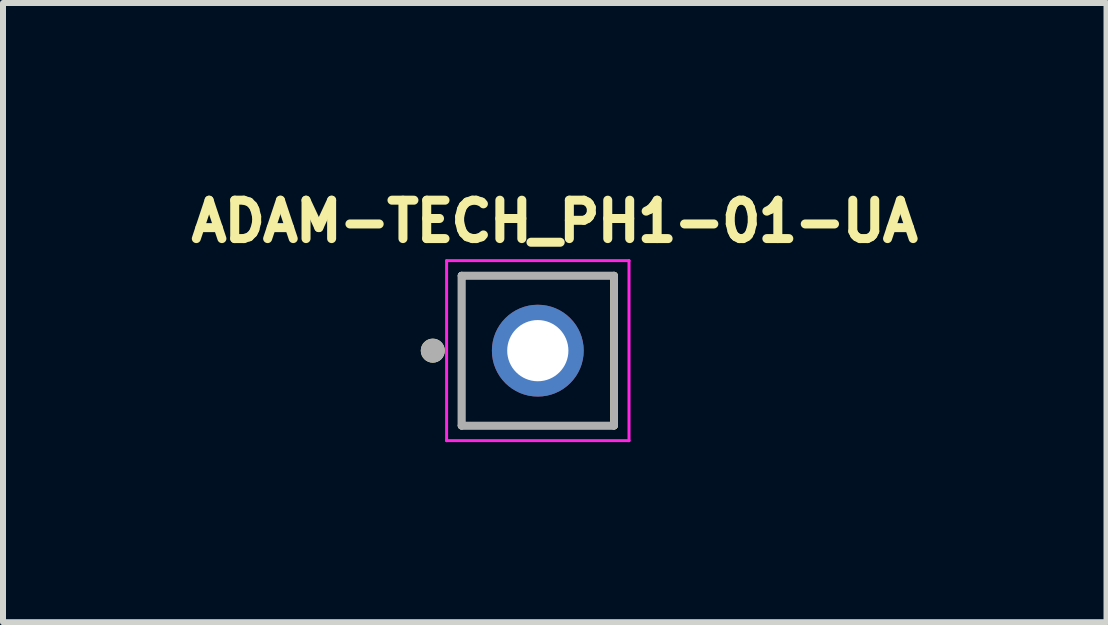
<source format=kicad_pcb>
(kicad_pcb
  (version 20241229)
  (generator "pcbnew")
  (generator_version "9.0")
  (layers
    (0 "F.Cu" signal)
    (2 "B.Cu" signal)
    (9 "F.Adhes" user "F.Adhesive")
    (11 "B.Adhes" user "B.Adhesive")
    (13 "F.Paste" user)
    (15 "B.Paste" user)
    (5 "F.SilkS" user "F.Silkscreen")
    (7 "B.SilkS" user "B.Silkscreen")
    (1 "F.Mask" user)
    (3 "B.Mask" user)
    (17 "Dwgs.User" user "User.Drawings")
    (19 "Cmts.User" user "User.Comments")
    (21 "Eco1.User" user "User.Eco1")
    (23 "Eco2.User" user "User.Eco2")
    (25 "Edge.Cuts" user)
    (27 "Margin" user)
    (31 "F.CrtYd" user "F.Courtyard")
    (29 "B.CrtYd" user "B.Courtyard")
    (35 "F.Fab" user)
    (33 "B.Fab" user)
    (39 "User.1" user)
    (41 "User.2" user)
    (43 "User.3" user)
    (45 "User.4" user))
  (footprint "ADAM-TECH_PH1-01-UA"
    (layer "F.Cu")
    (at 5.913 2.794)
    (property "Reference" "ADAM-TECH_PH1-01-UA" (at 0.282 -2.156 0) (layer "F.SilkS") (effects (font (size 0.64 0.64) (thickness 0.15))))
    (attr through_hole)
    (fp_line (start -1.27 -1.25) (end -1.27 1.25) (stroke (width 0.127) (type solid)) (layer "F.SilkS"))
    (fp_line (start -1.27 1.25) (end 1.27 1.25) (stroke (width 0.127) (type solid)) (layer "F.SilkS"))
    (fp_line (start 1.27 -1.25) (end -1.27 -1.25) (stroke (width 0.127) (type solid)) (layer "F.SilkS"))
    (fp_line (start 1.27 1.25) (end 1.27 -1.25) (stroke (width 0.127) (type solid)) (layer "F.SilkS"))
    (fp_circle (center -1.75 0) (end -1.65 0) (stroke (width 0.2) (type solid)) (fill no) (layer "F.SilkS"))
    (fp_line (start -1.52 -1.5) (end -1.52 1.5) (stroke (width 0.05) (type solid)) (layer "F.CrtYd"))
    (fp_line (start -1.52 1.5) (end 1.52 1.5) (stroke (width 0.05) (type solid)) (layer "F.CrtYd"))
    (fp_line (start 1.52 -1.5) (end -1.52 -1.5) (stroke (width 0.05) (type solid)) (layer "F.CrtYd"))
    (fp_line (start 1.52 1.5) (end 1.52 -1.5) (stroke (width 0.05) (type solid)) (layer "F.CrtYd"))
    (fp_line (start -1.27 -1.25) (end -1.27 1.25) (stroke (width 0.127) (type solid)) (layer "F.Fab"))
    (fp_line (start -1.27 1.25) (end 1.27 1.25) (stroke (width 0.127) (type solid)) (layer "F.Fab"))
    (fp_line (start 1.27 -1.25) (end -1.27 -1.25) (stroke (width 0.127) (type solid)) (layer "F.Fab"))
    (fp_line (start 1.27 1.25) (end 1.27 -1.25) (stroke (width 0.127) (type solid)) (layer "F.Fab"))
    (fp_circle (center -1.75 0) (end -1.65 0) (stroke (width 0.2) (type solid)) (fill no) (layer "F.Fab"))
    (pad "1" thru_hole circle (at 0 0) (size 1.53 1.53) (drill 1.02) (layers "*.Cu" "*.Mask")))
  (gr_rect
    (start -3 -3)
    (end 15.391 7.319)
    (stroke (width 0.1) (type default))
    (fill no)
    (layer "Edge.Cuts")))
</source>
